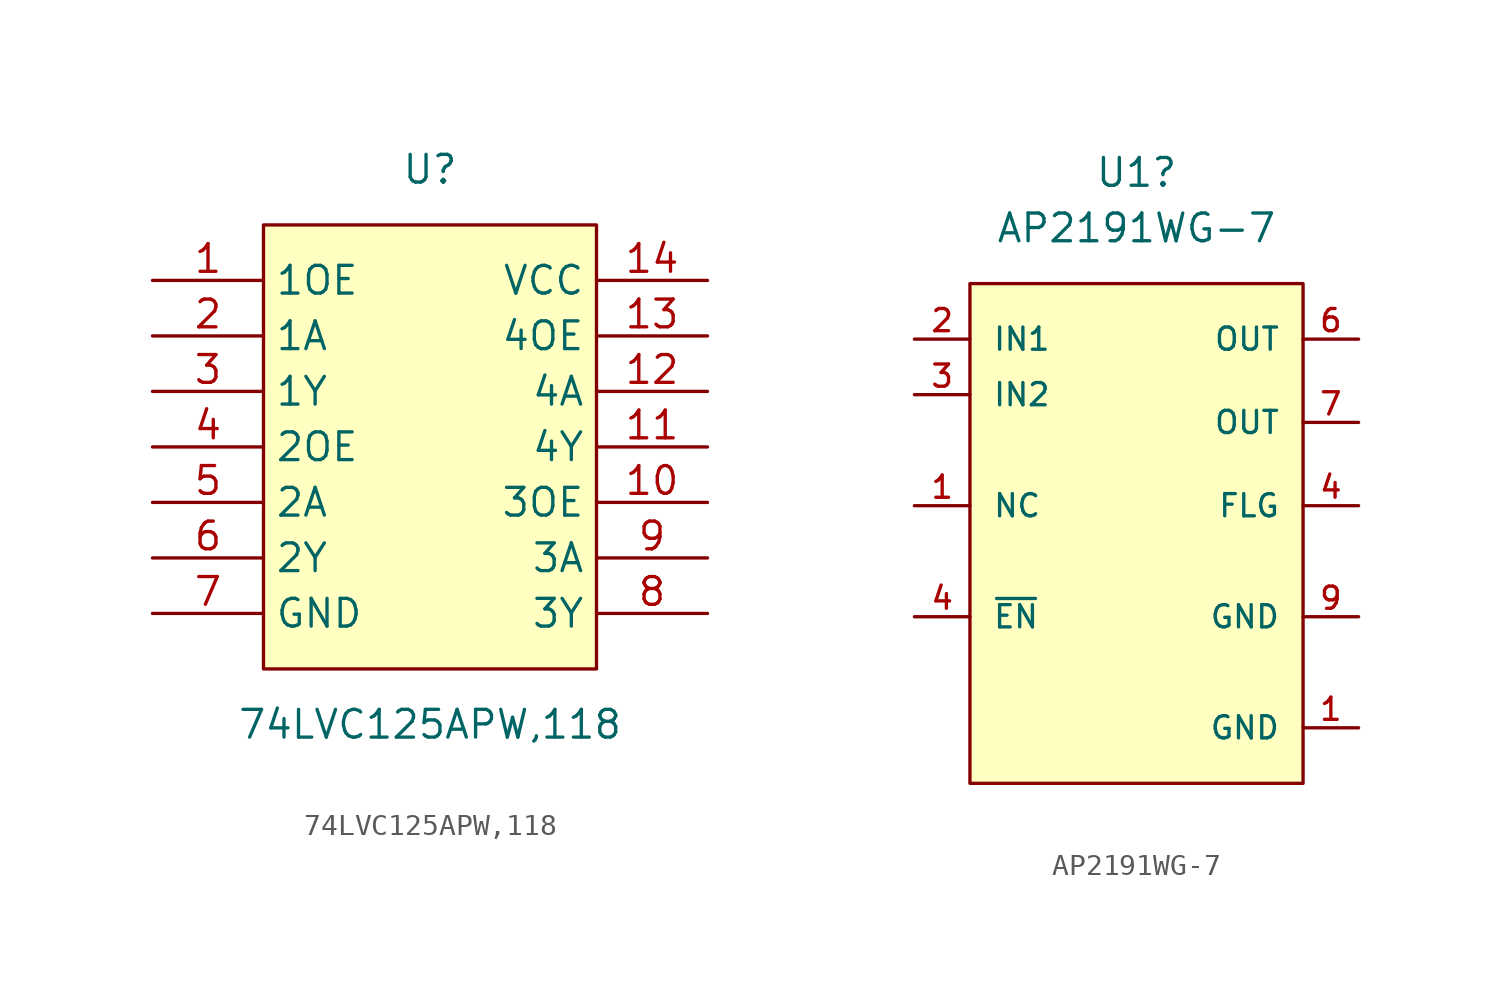
<source format=kicad_sym>
(kicad_symbol_lib
  (version 20231120)
  (generator "kicad_symbol_editor")
  (generator_version "8.0")
  (symbol "74LVC125APW,118"
    (property "Reference" "U"
      (at 0 12.7 0)
      (effects (font (size 1.27 1.27))))
    (property "Value" "74LVC125APW,118"
      (at 0 -12.7 0)
      (effects (font (size 1.27 1.27))))
    (symbol "74LVC125APW,118_0_1"
      (rectangle (start -7.62 10.16) (end 7.62 -10.16) (stroke (width 0) (type default)) (fill (type background)))
      (pin unspecified line (at -12.7 7.62 0) (length 5.08) (name "1OE" (effects (font (size 1.27 1.27)))) (number "1" (effects (font (size 1.27 1.27)))))
      (pin unspecified line (at 12.7 -2.54 180) (length 5.08) (name "3OE" (effects (font (size 1.27 1.27)))) (number "10" (effects (font (size 1.27 1.27)))))
      (pin unspecified line (at 12.7 0 180) (length 5.08) (name "4Y" (effects (font (size 1.27 1.27)))) (number "11" (effects (font (size 1.27 1.27)))))
      (pin unspecified line (at 12.7 2.54 180) (length 5.08) (name "4A" (effects (font (size 1.27 1.27)))) (number "12" (effects (font (size 1.27 1.27)))))
      (pin unspecified line (at 12.7 5.08 180) (length 5.08) (name "4OE" (effects (font (size 1.27 1.27)))) (number "13" (effects (font (size 1.27 1.27)))))
      (pin unspecified line (at 12.7 7.62 180) (length 5.08) (name "VCC" (effects (font (size 1.27 1.27)))) (number "14" (effects (font (size 1.27 1.27)))))
      (pin unspecified line (at -12.7 5.08 0) (length 5.08) (name "1A" (effects (font (size 1.27 1.27)))) (number "2" (effects (font (size 1.27 1.27)))))
      (pin unspecified line (at -12.7 2.54 0) (length 5.08) (name "1Y" (effects (font (size 1.27 1.27)))) (number "3" (effects (font (size 1.27 1.27)))))
      (pin unspecified line (at -12.7 0 0) (length 5.08) (name "2OE" (effects (font (size 1.27 1.27)))) (number "4" (effects (font (size 1.27 1.27)))))
      (pin unspecified line (at -12.7 -2.54 0) (length 5.08) (name "2A" (effects (font (size 1.27 1.27)))) (number "5" (effects (font (size 1.27 1.27)))))
      (pin unspecified line (at -12.7 -5.08 0) (length 5.08) (name "2Y" (effects (font (size 1.27 1.27)))) (number "6" (effects (font (size 1.27 1.27)))))
      (pin unspecified line (at -12.7 -7.62 0) (length 5.08) (name "GND" (effects (font (size 1.27 1.27)))) (number "7" (effects (font (size 1.27 1.27)))))
      (pin unspecified line (at 12.7 -7.62 180) (length 5.08) (name "3Y" (effects (font (size 1.27 1.27)))) (number "8" (effects (font (size 1.27 1.27)))))
      (pin unspecified line (at 12.7 -5.08 180) (length 5.08) (name "3A" (effects (font (size 1.27 1.27)))) (number "9" (effects (font (size 1.27 1.27)))))))
  (symbol "AP2191WG-7"
    (pin_names
      (offset 1.016))
    (property "Reference" "U1"
      (at 12.7 7.62 0)
      (effects (font (size 1.27 1.27))))
    (property "Value" "AP2191WG-7"
      (at 12.7 5.08 0)
      (effects (font (size 1.27 1.27))))
    (symbol "AP2191WG-7_1_1"
      (rectangle (start 5.08 2.54) (end 20.32 -20.32) (stroke (width 0) (type default)) (fill (type background)))
      (pin power_in line (at 22.86 -17.78 180) (length 2.54) (name "GND" (effects (font (size 1.016 1.016)))) (number "1" (effects (font (size 1.016 1.016)))))
      (pin unspecified line (at 2.54 -7.62 0) (length 2.54) (name "NC" (effects (font (size 1.016 1.016)))) (number "1" (effects (font (size 1.016 1.016)))))
      (pin power_in line (at 2.54 0 0) (length 2.54) (name "IN1" (effects (font (size 1.016 1.016)))) (number "2" (effects (font (size 1.016 1.016)))))
      (pin power_in line (at 2.54 -2.54 0) (length 2.54) (name "IN2" (effects (font (size 1.016 1.016)))) (number "3" (effects (font (size 1.016 1.016)))))
      (pin bidirectional line (at 22.86 -7.62 180) (length 2.54) (name "FLG" (effects (font (size 1.016 1.016)))) (number "4" (effects (font (size 1.016 1.016)))))
      (pin input line (at 2.54 -12.7 0) (length 2.54) (name "~{EN}" (effects (font (size 1.016 1.016)))) (number "4" (effects (font (size 1.016 1.016)))))
      (pin power_out line (at 22.86 0 180) (length 2.54) (name "OUT" (effects (font (size 1.016 1.016)))) (number "6" (effects (font (size 1.016 1.016)))))
      (pin power_out line (at 22.86 -3.81 180) (length 2.54) (name "OUT" (effects (font (size 1.016 1.016)))) (number "7" (effects (font (size 1.016 1.016)))))
      (pin power_in line (at 22.86 -12.7 180) (length 2.54) (name "GND" (effects (font (size 1.016 1.016)))) (number "9" (effects (font (size 1.016 1.016))))))))
</source>
